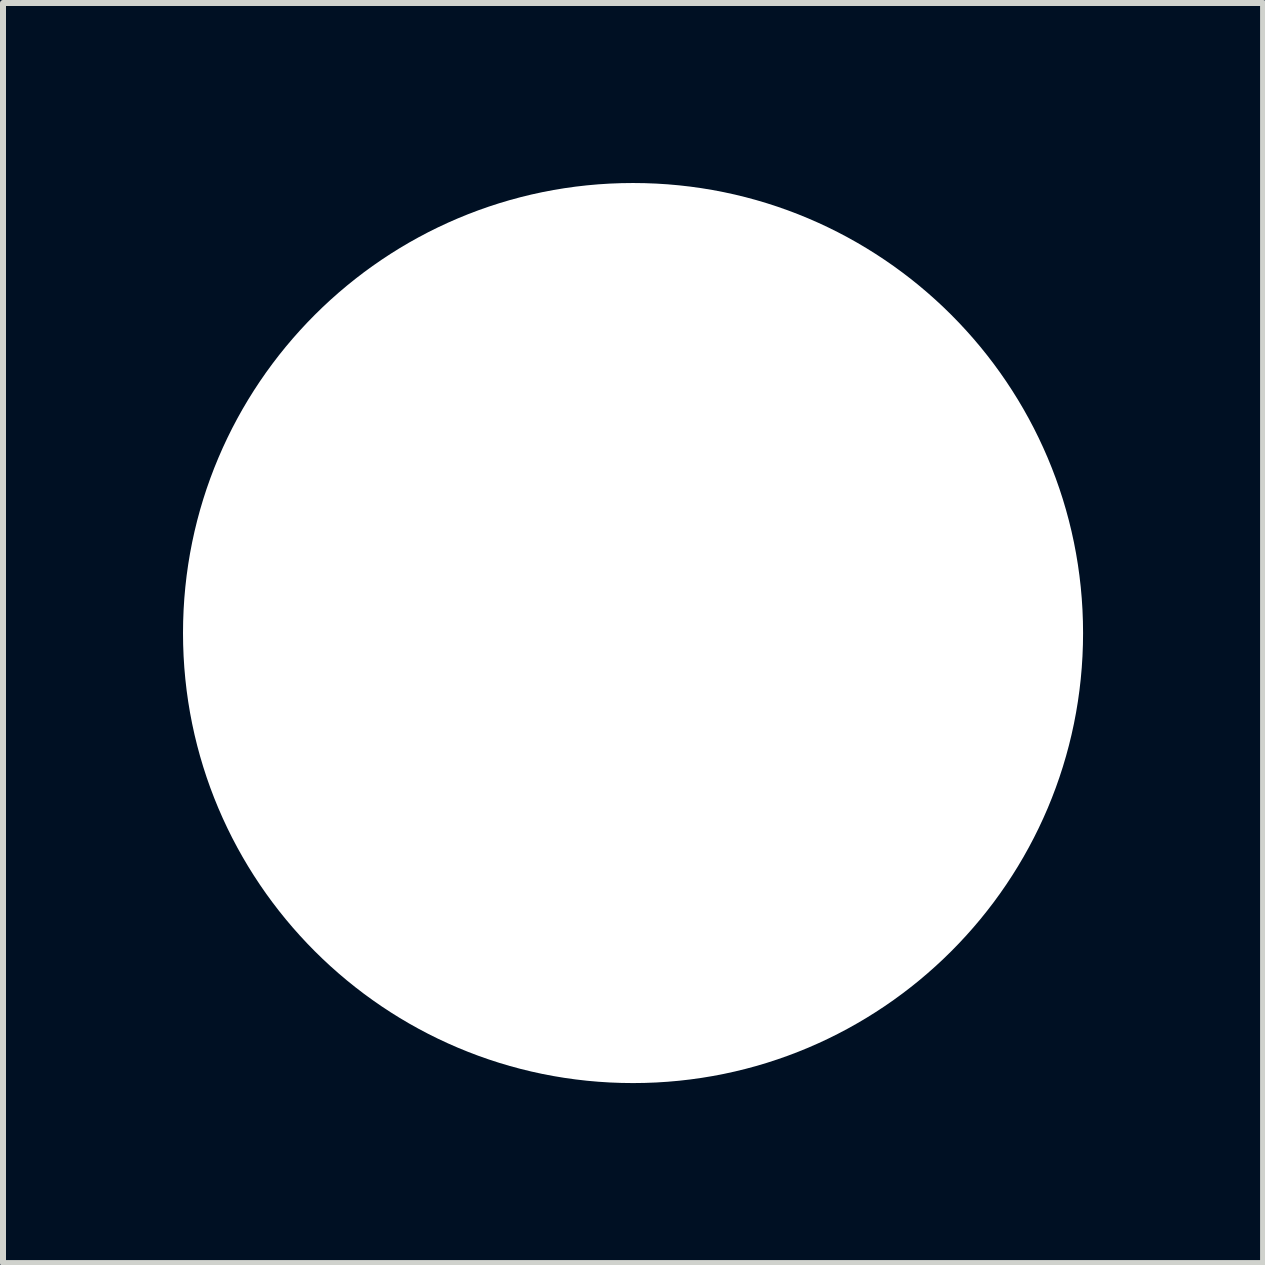
<source format=kicad_pcb>
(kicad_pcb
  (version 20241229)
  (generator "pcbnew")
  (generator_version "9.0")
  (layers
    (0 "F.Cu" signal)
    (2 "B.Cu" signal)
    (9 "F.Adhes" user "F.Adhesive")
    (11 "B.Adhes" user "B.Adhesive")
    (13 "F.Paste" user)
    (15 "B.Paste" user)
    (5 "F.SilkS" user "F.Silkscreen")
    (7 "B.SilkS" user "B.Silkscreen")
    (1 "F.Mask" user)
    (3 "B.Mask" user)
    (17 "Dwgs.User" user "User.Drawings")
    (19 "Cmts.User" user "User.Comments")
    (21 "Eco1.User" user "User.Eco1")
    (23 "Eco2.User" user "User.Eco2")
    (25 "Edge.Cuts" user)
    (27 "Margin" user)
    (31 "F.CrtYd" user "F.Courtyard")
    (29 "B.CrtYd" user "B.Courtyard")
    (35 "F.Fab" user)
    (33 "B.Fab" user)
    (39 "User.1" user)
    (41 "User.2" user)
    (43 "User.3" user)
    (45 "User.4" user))
  (footprint "GX16"
    (layer "F.Cu")
    (at 7.5 7.5)
    (property "Reference" "GX16" (at 0 0 0) (layer "F.SilkS") (effects (font (size 1.27 1.27) (thickness 0.15))))
    (attr through_hole)
    (fp_circle (center 0 0) (end 7.3 0) (stroke (width 0.15) (type solid)) (fill no) (layer "Edge.Cuts"))
    (pad "" np_thru_hole circle (at 0 0) (size 15 15) (drill 15) (layers "*.Cu" "*.Mask"))
    (pad "X1" thru_hole rect (at -3.81 -3.81) (size 1.108 1.108) (drill 0.6) (layers "*.Cu" "*.Mask"))
    (pad "X2" thru_hole rect (at -3.81 2.54) (size 1.108 1.108) (drill 0.6) (layers "*.Cu" "*.Mask"))
    (pad "X3" thru_hole rect (at 0 5.08) (size 1.108 1.108) (drill 0.6) (layers "*.Cu" "*.Mask"))
    (pad "X4" thru_hole rect (at 3.81 2.54) (size 1.108 1.108) (drill 0.6) (layers "*.Cu" "*.Mask"))
    (pad "X5" thru_hole rect (at 3.81 -3.81) (size 1.108 1.108) (drill 0.6) (layers "*.Cu" "*.Mask"))
    (pad "X6" thru_hole rect (at 0 0) (size 1.108 1.108) (drill 0.6) (layers "*.Cu" "*.Mask")))
  (gr_rect
    (start -3 -3)
    (end 18 18)
    (stroke (width 0.1) (type default))
    (fill no)
    (layer "Edge.Cuts")))
</source>
